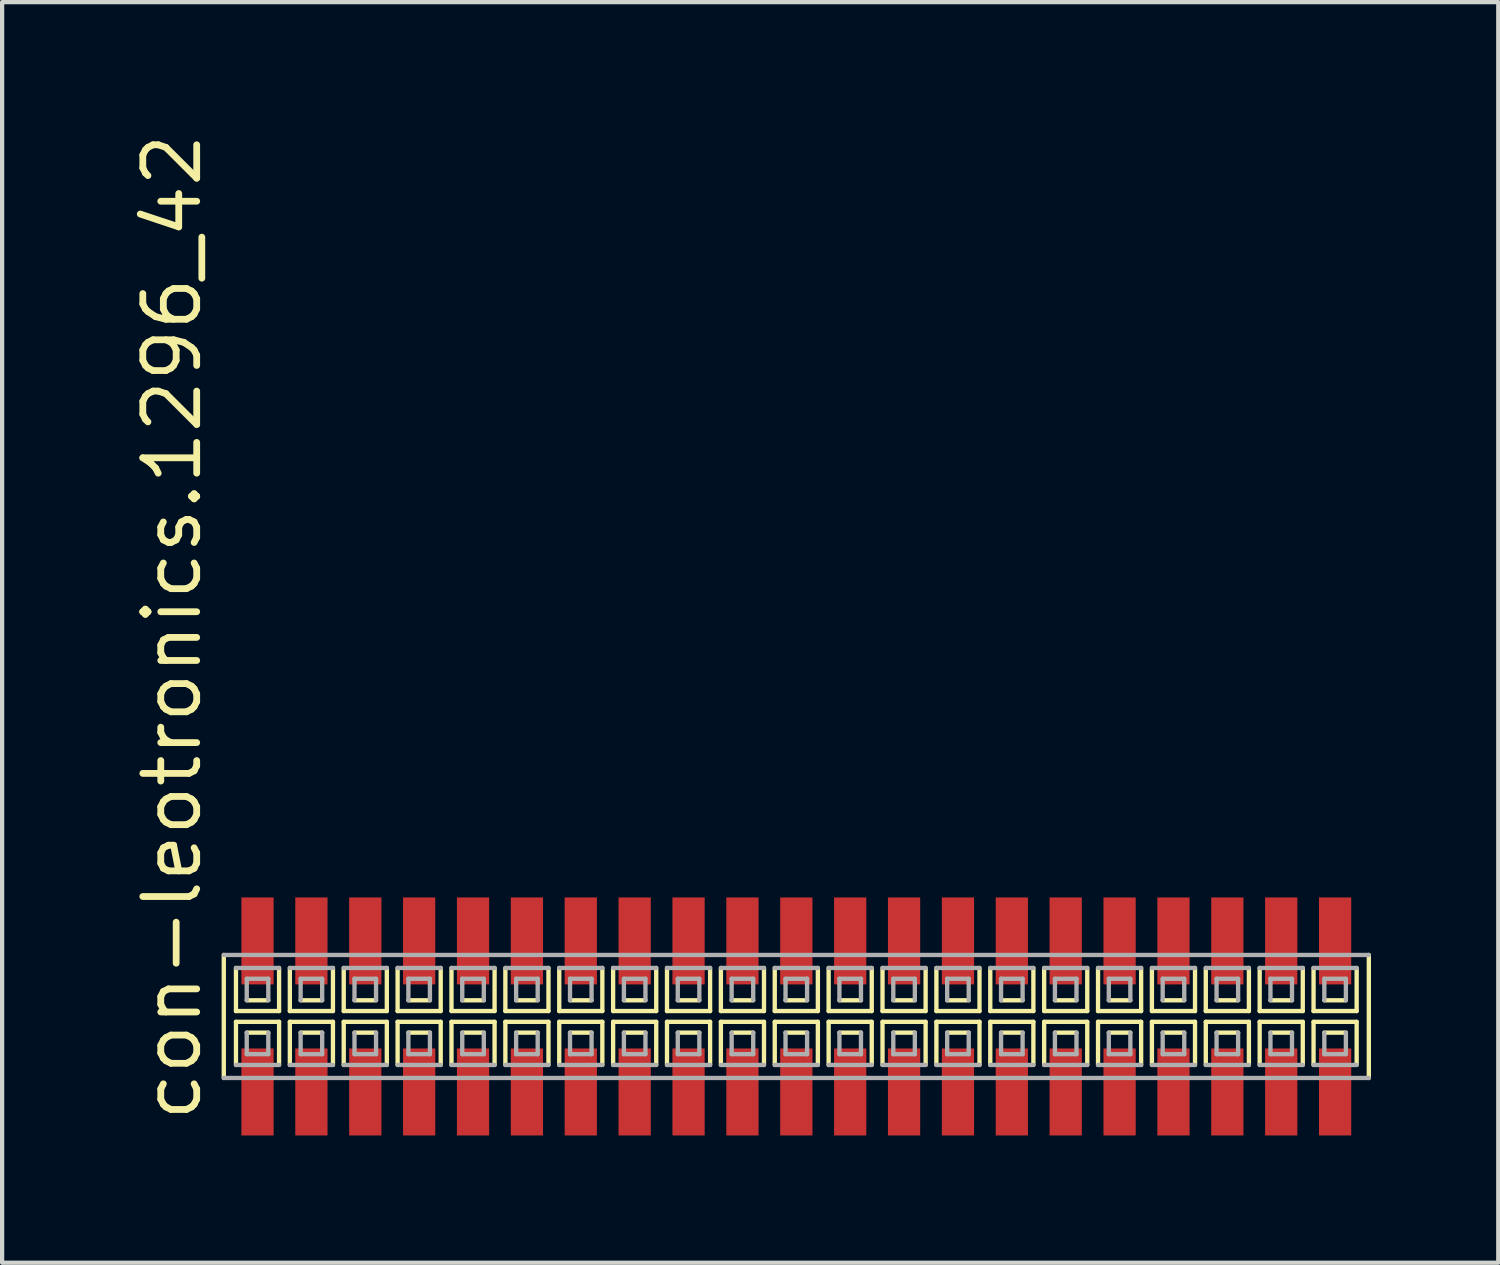
<source format=kicad_pcb>
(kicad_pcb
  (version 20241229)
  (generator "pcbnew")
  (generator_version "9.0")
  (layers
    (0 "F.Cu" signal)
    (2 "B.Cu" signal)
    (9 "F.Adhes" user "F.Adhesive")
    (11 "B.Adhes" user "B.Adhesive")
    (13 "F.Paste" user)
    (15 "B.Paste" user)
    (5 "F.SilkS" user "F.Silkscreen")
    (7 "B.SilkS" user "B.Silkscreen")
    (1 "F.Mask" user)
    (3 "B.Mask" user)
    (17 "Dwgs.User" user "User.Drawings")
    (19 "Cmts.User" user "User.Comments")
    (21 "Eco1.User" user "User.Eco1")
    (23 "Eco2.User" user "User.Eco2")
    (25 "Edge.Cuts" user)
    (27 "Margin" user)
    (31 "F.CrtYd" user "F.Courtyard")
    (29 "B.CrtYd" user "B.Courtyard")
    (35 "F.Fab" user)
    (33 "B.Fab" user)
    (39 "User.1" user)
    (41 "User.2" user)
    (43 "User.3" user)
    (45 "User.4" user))
  (footprint "con-leotronics.1296_42"
    (layer "F.Cu")
    (at 15.72 20.909)
    (property "Reference" "con-leotronics.1296_42" (at -13.97 2.54 90) (layer "F.SilkS") (effects (font (size 1.27 1.27) (thickness 0.16)) (justify left bottom)))
    (attr smd)
    (fp_line (start -13.495 -1.45) (end -13.495 1.45) (stroke (width 0.102) (type default)) (layer "F.SilkS"))
    (fp_line (start -13.208 -1.143) (end -13.208 -0.127) (stroke (width 0.102) (type default)) (layer "F.SilkS"))
    (fp_line (start -13.208 -0.127) (end -12.192 -0.127) (stroke (width 0.102) (type default)) (layer "F.SilkS"))
    (fp_line (start -13.208 0.127) (end -13.208 1.143) (stroke (width 0.102) (type default)) (layer "F.SilkS"))
    (fp_line (start -12.954 -0.381) (end -12.446 -0.381) (stroke (width 0.102) (type default)) (layer "F.SilkS"))
    (fp_line (start -12.446 0.381) (end -12.954 0.381) (stroke (width 0.102) (type default)) (layer "F.SilkS"))
    (fp_line (start -12.192 -0.127) (end -12.192 -1.143) (stroke (width 0.102) (type default)) (layer "F.SilkS"))
    (fp_line (start -12.192 0.127) (end -13.208 0.127) (stroke (width 0.102) (type default)) (layer "F.SilkS"))
    (fp_line (start -12.192 1.143) (end -12.192 0.127) (stroke (width 0.102) (type default)) (layer "F.SilkS"))
    (fp_line (start -11.938 -1.143) (end -11.938 -0.127) (stroke (width 0.102) (type default)) (layer "F.SilkS"))
    (fp_line (start -11.938 -0.127) (end -10.922 -0.127) (stroke (width 0.102) (type default)) (layer "F.SilkS"))
    (fp_line (start -11.938 0.127) (end -11.938 1.143) (stroke (width 0.102) (type default)) (layer "F.SilkS"))
    (fp_line (start -11.684 -0.381) (end -11.176 -0.381) (stroke (width 0.102) (type default)) (layer "F.SilkS"))
    (fp_line (start -11.176 0.381) (end -11.684 0.381) (stroke (width 0.102) (type default)) (layer "F.SilkS"))
    (fp_line (start -10.922 -0.127) (end -10.922 -1.143) (stroke (width 0.102) (type default)) (layer "F.SilkS"))
    (fp_line (start -10.922 0.127) (end -11.938 0.127) (stroke (width 0.102) (type default)) (layer "F.SilkS"))
    (fp_line (start -10.922 1.143) (end -10.922 0.127) (stroke (width 0.102) (type default)) (layer "F.SilkS"))
    (fp_line (start -10.668 -1.143) (end -10.668 -0.127) (stroke (width 0.102) (type default)) (layer "F.SilkS"))
    (fp_line (start -10.668 -0.127) (end -9.652 -0.127) (stroke (width 0.102) (type default)) (layer "F.SilkS"))
    (fp_line (start -10.668 0.127) (end -10.668 1.143) (stroke (width 0.102) (type default)) (layer "F.SilkS"))
    (fp_line (start -10.414 -0.381) (end -9.906 -0.381) (stroke (width 0.102) (type default)) (layer "F.SilkS"))
    (fp_line (start -9.906 0.381) (end -10.414 0.381) (stroke (width 0.102) (type default)) (layer "F.SilkS"))
    (fp_line (start -9.652 -0.127) (end -9.652 -1.143) (stroke (width 0.102) (type default)) (layer "F.SilkS"))
    (fp_line (start -9.652 0.127) (end -10.668 0.127) (stroke (width 0.102) (type default)) (layer "F.SilkS"))
    (fp_line (start -9.652 1.143) (end -9.652 0.127) (stroke (width 0.102) (type default)) (layer "F.SilkS"))
    (fp_line (start -9.398 -1.143) (end -9.398 -0.127) (stroke (width 0.102) (type default)) (layer "F.SilkS"))
    (fp_line (start -9.398 -0.127) (end -8.382 -0.127) (stroke (width 0.102) (type default)) (layer "F.SilkS"))
    (fp_line (start -9.398 0.127) (end -9.398 1.143) (stroke (width 0.102) (type default)) (layer "F.SilkS"))
    (fp_line (start -9.144 -0.381) (end -8.636 -0.381) (stroke (width 0.102) (type default)) (layer "F.SilkS"))
    (fp_line (start -8.636 0.381) (end -9.144 0.381) (stroke (width 0.102) (type default)) (layer "F.SilkS"))
    (fp_line (start -8.382 -0.127) (end -8.382 -1.143) (stroke (width 0.102) (type default)) (layer "F.SilkS"))
    (fp_line (start -8.382 0.127) (end -9.398 0.127) (stroke (width 0.102) (type default)) (layer "F.SilkS"))
    (fp_line (start -8.382 1.143) (end -8.382 0.127) (stroke (width 0.102) (type default)) (layer "F.SilkS"))
    (fp_line (start -8.128 -1.143) (end -8.128 -0.127) (stroke (width 0.102) (type default)) (layer "F.SilkS"))
    (fp_line (start -8.128 -0.127) (end -7.112 -0.127) (stroke (width 0.102) (type default)) (layer "F.SilkS"))
    (fp_line (start -8.128 0.127) (end -8.128 1.143) (stroke (width 0.102) (type default)) (layer "F.SilkS"))
    (fp_line (start -7.874 -0.381) (end -7.366 -0.381) (stroke (width 0.102) (type default)) (layer "F.SilkS"))
    (fp_line (start -7.366 0.381) (end -7.874 0.381) (stroke (width 0.102) (type default)) (layer "F.SilkS"))
    (fp_line (start -7.112 -0.127) (end -7.112 -1.143) (stroke (width 0.102) (type default)) (layer "F.SilkS"))
    (fp_line (start -7.112 0.127) (end -8.128 0.127) (stroke (width 0.102) (type default)) (layer "F.SilkS"))
    (fp_line (start -7.112 1.143) (end -7.112 0.127) (stroke (width 0.102) (type default)) (layer "F.SilkS"))
    (fp_line (start -6.858 -1.143) (end -6.858 -0.127) (stroke (width 0.102) (type default)) (layer "F.SilkS"))
    (fp_line (start -6.858 -0.127) (end -5.842 -0.127) (stroke (width 0.102) (type default)) (layer "F.SilkS"))
    (fp_line (start -6.858 0.127) (end -6.858 1.143) (stroke (width 0.102) (type default)) (layer "F.SilkS"))
    (fp_line (start -6.604 -0.381) (end -6.096 -0.381) (stroke (width 0.102) (type default)) (layer "F.SilkS"))
    (fp_line (start -6.096 0.381) (end -6.604 0.381) (stroke (width 0.102) (type default)) (layer "F.SilkS"))
    (fp_line (start -5.842 -0.127) (end -5.842 -1.143) (stroke (width 0.102) (type default)) (layer "F.SilkS"))
    (fp_line (start -5.842 0.127) (end -6.858 0.127) (stroke (width 0.102) (type default)) (layer "F.SilkS"))
    (fp_line (start -5.842 1.143) (end -5.842 0.127) (stroke (width 0.102) (type default)) (layer "F.SilkS"))
    (fp_line (start -5.588 -1.143) (end -5.588 -0.127) (stroke (width 0.102) (type default)) (layer "F.SilkS"))
    (fp_line (start -5.588 -0.127) (end -4.572 -0.127) (stroke (width 0.102) (type default)) (layer "F.SilkS"))
    (fp_line (start -5.588 0.127) (end -5.588 1.143) (stroke (width 0.102) (type default)) (layer "F.SilkS"))
    (fp_line (start -5.334 -0.381) (end -4.826 -0.381) (stroke (width 0.102) (type default)) (layer "F.SilkS"))
    (fp_line (start -4.826 0.381) (end -5.334 0.381) (stroke (width 0.102) (type default)) (layer "F.SilkS"))
    (fp_line (start -4.572 -0.127) (end -4.572 -1.143) (stroke (width 0.102) (type default)) (layer "F.SilkS"))
    (fp_line (start -4.572 0.127) (end -5.588 0.127) (stroke (width 0.102) (type default)) (layer "F.SilkS"))
    (fp_line (start -4.572 1.143) (end -4.572 0.127) (stroke (width 0.102) (type default)) (layer "F.SilkS"))
    (fp_line (start -4.318 -1.143) (end -4.318 -0.127) (stroke (width 0.102) (type default)) (layer "F.SilkS"))
    (fp_line (start -4.318 -0.127) (end -3.302 -0.127) (stroke (width 0.102) (type default)) (layer "F.SilkS"))
    (fp_line (start -4.318 0.127) (end -4.318 1.143) (stroke (width 0.102) (type default)) (layer "F.SilkS"))
    (fp_line (start -4.064 -0.381) (end -3.556 -0.381) (stroke (width 0.102) (type default)) (layer "F.SilkS"))
    (fp_line (start -3.556 0.381) (end -4.064 0.381) (stroke (width 0.102) (type default)) (layer "F.SilkS"))
    (fp_line (start -3.302 -0.127) (end -3.302 -1.143) (stroke (width 0.102) (type default)) (layer "F.SilkS"))
    (fp_line (start -3.302 0.127) (end -4.318 0.127) (stroke (width 0.102) (type default)) (layer "F.SilkS"))
    (fp_line (start -3.302 1.143) (end -3.302 0.127) (stroke (width 0.102) (type default)) (layer "F.SilkS"))
    (fp_line (start -3.048 -1.143) (end -3.048 -0.127) (stroke (width 0.102) (type default)) (layer "F.SilkS"))
    (fp_line (start -3.048 -0.127) (end -2.032 -0.127) (stroke (width 0.102) (type default)) (layer "F.SilkS"))
    (fp_line (start -3.048 0.127) (end -3.048 1.143) (stroke (width 0.102) (type default)) (layer "F.SilkS"))
    (fp_line (start -2.794 -0.381) (end -2.286 -0.381) (stroke (width 0.102) (type default)) (layer "F.SilkS"))
    (fp_line (start -2.286 0.381) (end -2.794 0.381) (stroke (width 0.102) (type default)) (layer "F.SilkS"))
    (fp_line (start -2.032 -0.127) (end -2.032 -1.143) (stroke (width 0.102) (type default)) (layer "F.SilkS"))
    (fp_line (start -2.032 0.127) (end -3.048 0.127) (stroke (width 0.102) (type default)) (layer "F.SilkS"))
    (fp_line (start -2.032 1.143) (end -2.032 0.127) (stroke (width 0.102) (type default)) (layer "F.SilkS"))
    (fp_line (start -1.778 -1.143) (end -1.778 -0.127) (stroke (width 0.102) (type default)) (layer "F.SilkS"))
    (fp_line (start -1.778 -0.127) (end -0.762 -0.127) (stroke (width 0.102) (type default)) (layer "F.SilkS"))
    (fp_line (start -1.778 0.127) (end -1.778 1.143) (stroke (width 0.102) (type default)) (layer "F.SilkS"))
    (fp_line (start -1.524 -0.381) (end -1.016 -0.381) (stroke (width 0.102) (type default)) (layer "F.SilkS"))
    (fp_line (start -1.016 0.381) (end -1.524 0.381) (stroke (width 0.102) (type default)) (layer "F.SilkS"))
    (fp_line (start -0.762 -0.127) (end -0.762 -1.143) (stroke (width 0.102) (type default)) (layer "F.SilkS"))
    (fp_line (start -0.762 0.127) (end -1.778 0.127) (stroke (width 0.102) (type default)) (layer "F.SilkS"))
    (fp_line (start -0.762 1.143) (end -0.762 0.127) (stroke (width 0.102) (type default)) (layer "F.SilkS"))
    (fp_line (start -0.508 -1.143) (end -0.508 -0.127) (stroke (width 0.102) (type default)) (layer "F.SilkS"))
    (fp_line (start -0.508 -0.127) (end 0.508 -0.127) (stroke (width 0.102) (type default)) (layer "F.SilkS"))
    (fp_line (start -0.508 0.127) (end -0.508 1.143) (stroke (width 0.102) (type default)) (layer "F.SilkS"))
    (fp_line (start -0.254 -0.381) (end 0.254 -0.381) (stroke (width 0.102) (type default)) (layer "F.SilkS"))
    (fp_line (start 0.254 0.381) (end -0.254 0.381) (stroke (width 0.102) (type default)) (layer "F.SilkS"))
    (fp_line (start 0.508 -0.127) (end 0.508 -1.143) (stroke (width 0.102) (type default)) (layer "F.SilkS"))
    (fp_line (start 0.508 0.127) (end -0.508 0.127) (stroke (width 0.102) (type default)) (layer "F.SilkS"))
    (fp_line (start 0.508 1.143) (end 0.508 0.127) (stroke (width 0.102) (type default)) (layer "F.SilkS"))
    (fp_line (start 0.762 -1.143) (end 0.762 -0.127) (stroke (width 0.102) (type default)) (layer "F.SilkS"))
    (fp_line (start 0.762 -0.127) (end 1.778 -0.127) (stroke (width 0.102) (type default)) (layer "F.SilkS"))
    (fp_line (start 0.762 0.127) (end 0.762 1.143) (stroke (width 0.102) (type default)) (layer "F.SilkS"))
    (fp_line (start 1.016 -0.381) (end 1.524 -0.381) (stroke (width 0.102) (type default)) (layer "F.SilkS"))
    (fp_line (start 1.524 0.381) (end 1.016 0.381) (stroke (width 0.102) (type default)) (layer "F.SilkS"))
    (fp_line (start 1.778 -0.127) (end 1.778 -1.143) (stroke (width 0.102) (type default)) (layer "F.SilkS"))
    (fp_line (start 1.778 0.127) (end 0.762 0.127) (stroke (width 0.102) (type default)) (layer "F.SilkS"))
    (fp_line (start 1.778 1.143) (end 1.778 0.127) (stroke (width 0.102) (type default)) (layer "F.SilkS"))
    (fp_line (start 2.032 -1.143) (end 2.032 -0.127) (stroke (width 0.102) (type default)) (layer "F.SilkS"))
    (fp_line (start 2.032 -0.127) (end 3.048 -0.127) (stroke (width 0.102) (type default)) (layer "F.SilkS"))
    (fp_line (start 2.032 0.127) (end 2.032 1.143) (stroke (width 0.102) (type default)) (layer "F.SilkS"))
    (fp_line (start 2.286 -0.381) (end 2.794 -0.381) (stroke (width 0.102) (type default)) (layer "F.SilkS"))
    (fp_line (start 2.794 0.381) (end 2.286 0.381) (stroke (width 0.102) (type default)) (layer "F.SilkS"))
    (fp_line (start 3.048 -0.127) (end 3.048 -1.143) (stroke (width 0.102) (type default)) (layer "F.SilkS"))
    (fp_line (start 3.048 0.127) (end 2.032 0.127) (stroke (width 0.102) (type default)) (layer "F.SilkS"))
    (fp_line (start 3.048 1.143) (end 3.048 0.127) (stroke (width 0.102) (type default)) (layer "F.SilkS"))
    (fp_line (start 3.302 -1.143) (end 3.302 -0.127) (stroke (width 0.102) (type default)) (layer "F.SilkS"))
    (fp_line (start 3.302 -0.127) (end 4.318 -0.127) (stroke (width 0.102) (type default)) (layer "F.SilkS"))
    (fp_line (start 3.302 0.127) (end 3.302 1.143) (stroke (width 0.102) (type default)) (layer "F.SilkS"))
    (fp_line (start 3.556 -0.381) (end 4.064 -0.381) (stroke (width 0.102) (type default)) (layer "F.SilkS"))
    (fp_line (start 4.064 0.381) (end 3.556 0.381) (stroke (width 0.102) (type default)) (layer "F.SilkS"))
    (fp_line (start 4.318 -0.127) (end 4.318 -1.143) (stroke (width 0.102) (type default)) (layer "F.SilkS"))
    (fp_line (start 4.318 0.127) (end 3.302 0.127) (stroke (width 0.102) (type default)) (layer "F.SilkS"))
    (fp_line (start 4.318 1.143) (end 4.318 0.127) (stroke (width 0.102) (type default)) (layer "F.SilkS"))
    (fp_line (start 4.572 -1.143) (end 4.572 -0.127) (stroke (width 0.102) (type default)) (layer "F.SilkS"))
    (fp_line (start 4.572 -0.127) (end 5.588 -0.127) (stroke (width 0.102) (type default)) (layer "F.SilkS"))
    (fp_line (start 4.572 0.127) (end 4.572 1.143) (stroke (width 0.102) (type default)) (layer "F.SilkS"))
    (fp_line (start 4.826 -0.381) (end 5.334 -0.381) (stroke (width 0.102) (type default)) (layer "F.SilkS"))
    (fp_line (start 5.334 0.381) (end 4.826 0.381) (stroke (width 0.102) (type default)) (layer "F.SilkS"))
    (fp_line (start 5.588 -0.127) (end 5.588 -1.143) (stroke (width 0.102) (type default)) (layer "F.SilkS"))
    (fp_line (start 5.588 0.127) (end 4.572 0.127) (stroke (width 0.102) (type default)) (layer "F.SilkS"))
    (fp_line (start 5.588 1.143) (end 5.588 0.127) (stroke (width 0.102) (type default)) (layer "F.SilkS"))
    (fp_line (start 5.842 -1.143) (end 5.842 -0.127) (stroke (width 0.102) (type default)) (layer "F.SilkS"))
    (fp_line (start 5.842 -0.127) (end 6.858 -0.127) (stroke (width 0.102) (type default)) (layer "F.SilkS"))
    (fp_line (start 5.842 0.127) (end 5.842 1.143) (stroke (width 0.102) (type default)) (layer "F.SilkS"))
    (fp_line (start 6.096 -0.381) (end 6.604 -0.381) (stroke (width 0.102) (type default)) (layer "F.SilkS"))
    (fp_line (start 6.604 0.381) (end 6.096 0.381) (stroke (width 0.102) (type default)) (layer "F.SilkS"))
    (fp_line (start 6.858 -0.127) (end 6.858 -1.143) (stroke (width 0.102) (type default)) (layer "F.SilkS"))
    (fp_line (start 6.858 0.127) (end 5.842 0.127) (stroke (width 0.102) (type default)) (layer "F.SilkS"))
    (fp_line (start 6.858 1.143) (end 6.858 0.127) (stroke (width 0.102) (type default)) (layer "F.SilkS"))
    (fp_line (start 7.112 -1.143) (end 7.112 -0.127) (stroke (width 0.102) (type default)) (layer "F.SilkS"))
    (fp_line (start 7.112 -0.127) (end 8.128 -0.127) (stroke (width 0.102) (type default)) (layer "F.SilkS"))
    (fp_line (start 7.112 0.127) (end 7.112 1.143) (stroke (width 0.102) (type default)) (layer "F.SilkS"))
    (fp_line (start 7.366 -0.381) (end 7.874 -0.381) (stroke (width 0.102) (type default)) (layer "F.SilkS"))
    (fp_line (start 7.874 0.381) (end 7.366 0.381) (stroke (width 0.102) (type default)) (layer "F.SilkS"))
    (fp_line (start 8.128 -0.127) (end 8.128 -1.143) (stroke (width 0.102) (type default)) (layer "F.SilkS"))
    (fp_line (start 8.128 0.127) (end 7.112 0.127) (stroke (width 0.102) (type default)) (layer "F.SilkS"))
    (fp_line (start 8.128 1.143) (end 8.128 0.127) (stroke (width 0.102) (type default)) (layer "F.SilkS"))
    (fp_line (start 8.382 -1.143) (end 8.382 -0.127) (stroke (width 0.102) (type default)) (layer "F.SilkS"))
    (fp_line (start 8.382 -0.127) (end 9.398 -0.127) (stroke (width 0.102) (type default)) (layer "F.SilkS"))
    (fp_line (start 8.382 0.127) (end 8.382 1.143) (stroke (width 0.102) (type default)) (layer "F.SilkS"))
    (fp_line (start 8.636 -0.381) (end 9.144 -0.381) (stroke (width 0.102) (type default)) (layer "F.SilkS"))
    (fp_line (start 9.144 0.381) (end 8.636 0.381) (stroke (width 0.102) (type default)) (layer "F.SilkS"))
    (fp_line (start 9.398 -0.127) (end 9.398 -1.143) (stroke (width 0.102) (type default)) (layer "F.SilkS"))
    (fp_line (start 9.398 0.127) (end 8.382 0.127) (stroke (width 0.102) (type default)) (layer "F.SilkS"))
    (fp_line (start 9.398 1.143) (end 9.398 0.127) (stroke (width 0.102) (type default)) (layer "F.SilkS"))
    (fp_line (start 9.652 -1.143) (end 9.652 -0.127) (stroke (width 0.102) (type default)) (layer "F.SilkS"))
    (fp_line (start 9.652 -0.127) (end 10.668 -0.127) (stroke (width 0.102) (type default)) (layer "F.SilkS"))
    (fp_line (start 9.652 0.127) (end 9.652 1.143) (stroke (width 0.102) (type default)) (layer "F.SilkS"))
    (fp_line (start 9.906 -0.381) (end 10.414 -0.381) (stroke (width 0.102) (type default)) (layer "F.SilkS"))
    (fp_line (start 10.414 0.381) (end 9.906 0.381) (stroke (width 0.102) (type default)) (layer "F.SilkS"))
    (fp_line (start 10.668 -0.127) (end 10.668 -1.143) (stroke (width 0.102) (type default)) (layer "F.SilkS"))
    (fp_line (start 10.668 0.127) (end 9.652 0.127) (stroke (width 0.102) (type default)) (layer "F.SilkS"))
    (fp_line (start 10.668 1.143) (end 10.668 0.127) (stroke (width 0.102) (type default)) (layer "F.SilkS"))
    (fp_line (start 10.922 -1.143) (end 10.922 -0.127) (stroke (width 0.102) (type default)) (layer "F.SilkS"))
    (fp_line (start 10.922 -0.127) (end 11.938 -0.127) (stroke (width 0.102) (type default)) (layer "F.SilkS"))
    (fp_line (start 10.922 0.127) (end 10.922 1.143) (stroke (width 0.102) (type default)) (layer "F.SilkS"))
    (fp_line (start 11.176 -0.381) (end 11.684 -0.381) (stroke (width 0.102) (type default)) (layer "F.SilkS"))
    (fp_line (start 11.684 0.381) (end 11.176 0.381) (stroke (width 0.102) (type default)) (layer "F.SilkS"))
    (fp_line (start 11.938 -0.127) (end 11.938 -1.143) (stroke (width 0.102) (type default)) (layer "F.SilkS"))
    (fp_line (start 11.938 0.127) (end 10.922 0.127) (stroke (width 0.102) (type default)) (layer "F.SilkS"))
    (fp_line (start 11.938 1.143) (end 11.938 0.127) (stroke (width 0.102) (type default)) (layer "F.SilkS"))
    (fp_line (start 12.192 -1.143) (end 12.192 -0.127) (stroke (width 0.102) (type default)) (layer "F.SilkS"))
    (fp_line (start 12.192 -0.127) (end 13.208 -0.127) (stroke (width 0.102) (type default)) (layer "F.SilkS"))
    (fp_line (start 12.192 0.127) (end 12.192 1.143) (stroke (width 0.102) (type default)) (layer "F.SilkS"))
    (fp_line (start 12.446 -0.381) (end 12.954 -0.381) (stroke (width 0.102) (type default)) (layer "F.SilkS"))
    (fp_line (start 12.954 0.381) (end 12.446 0.381) (stroke (width 0.102) (type default)) (layer "F.SilkS"))
    (fp_line (start 13.208 -0.127) (end 13.208 -1.143) (stroke (width 0.102) (type default)) (layer "F.SilkS"))
    (fp_line (start 13.208 0.127) (end 12.192 0.127) (stroke (width 0.102) (type default)) (layer "F.SilkS"))
    (fp_line (start 13.208 1.143) (end 13.208 0.127) (stroke (width 0.102) (type default)) (layer "F.SilkS"))
    (fp_line (start 13.495 1.45) (end 13.495 -1.45) (stroke (width 0.102) (type default)) (layer "F.SilkS"))
    (fp_line (start -13.495 1.45) (end 13.495 1.45) (stroke (width 0.102) (type default)) (layer "F.Fab"))
    (fp_line (start -13.208 1.143) (end -12.192 1.143) (stroke (width 0.102) (type default)) (layer "F.Fab"))
    (fp_line (start -12.954 -0.889) (end -12.954 -0.381) (stroke (width 0.102) (type default)) (layer "F.Fab"))
    (fp_line (start -12.954 0.381) (end -12.954 0.889) (stroke (width 0.102) (type default)) (layer "F.Fab"))
    (fp_line (start -12.954 0.889) (end -12.446 0.889) (stroke (width 0.102) (type default)) (layer "F.Fab"))
    (fp_line (start -12.446 -0.889) (end -12.954 -0.889) (stroke (width 0.102) (type default)) (layer "F.Fab"))
    (fp_line (start -12.446 -0.381) (end -12.446 -0.889) (stroke (width 0.102) (type default)) (layer "F.Fab"))
    (fp_line (start -12.446 0.889) (end -12.446 0.381) (stroke (width 0.102) (type default)) (layer "F.Fab"))
    (fp_line (start -12.192 -1.143) (end -13.208 -1.143) (stroke (width 0.102) (type default)) (layer "F.Fab"))
    (fp_line (start -11.938 1.143) (end -10.922 1.143) (stroke (width 0.102) (type default)) (layer "F.Fab"))
    (fp_line (start -11.684 -0.889) (end -11.684 -0.381) (stroke (width 0.102) (type default)) (layer "F.Fab"))
    (fp_line (start -11.684 0.381) (end -11.684 0.889) (stroke (width 0.102) (type default)) (layer "F.Fab"))
    (fp_line (start -11.684 0.889) (end -11.176 0.889) (stroke (width 0.102) (type default)) (layer "F.Fab"))
    (fp_line (start -11.176 -0.889) (end -11.684 -0.889) (stroke (width 0.102) (type default)) (layer "F.Fab"))
    (fp_line (start -11.176 -0.381) (end -11.176 -0.889) (stroke (width 0.102) (type default)) (layer "F.Fab"))
    (fp_line (start -11.176 0.889) (end -11.176 0.381) (stroke (width 0.102) (type default)) (layer "F.Fab"))
    (fp_line (start -10.922 -1.143) (end -11.938 -1.143) (stroke (width 0.102) (type default)) (layer "F.Fab"))
    (fp_line (start -10.668 1.143) (end -9.652 1.143) (stroke (width 0.102) (type default)) (layer "F.Fab"))
    (fp_line (start -10.414 -0.889) (end -10.414 -0.381) (stroke (width 0.102) (type default)) (layer "F.Fab"))
    (fp_line (start -10.414 0.381) (end -10.414 0.889) (stroke (width 0.102) (type default)) (layer "F.Fab"))
    (fp_line (start -10.414 0.889) (end -9.906 0.889) (stroke (width 0.102) (type default)) (layer "F.Fab"))
    (fp_line (start -9.906 -0.889) (end -10.414 -0.889) (stroke (width 0.102) (type default)) (layer "F.Fab"))
    (fp_line (start -9.906 -0.381) (end -9.906 -0.889) (stroke (width 0.102) (type default)) (layer "F.Fab"))
    (fp_line (start -9.906 0.889) (end -9.906 0.381) (stroke (width 0.102) (type default)) (layer "F.Fab"))
    (fp_line (start -9.652 -1.143) (end -10.668 -1.143) (stroke (width 0.102) (type default)) (layer "F.Fab"))
    (fp_line (start -9.398 1.143) (end -8.382 1.143) (stroke (width 0.102) (type default)) (layer "F.Fab"))
    (fp_line (start -9.144 -0.889) (end -9.144 -0.381) (stroke (width 0.102) (type default)) (layer "F.Fab"))
    (fp_line (start -9.144 0.381) (end -9.144 0.889) (stroke (width 0.102) (type default)) (layer "F.Fab"))
    (fp_line (start -9.144 0.889) (end -8.636 0.889) (stroke (width 0.102) (type default)) (layer "F.Fab"))
    (fp_line (start -8.636 -0.889) (end -9.144 -0.889) (stroke (width 0.102) (type default)) (layer "F.Fab"))
    (fp_line (start -8.636 -0.381) (end -8.636 -0.889) (stroke (width 0.102) (type default)) (layer "F.Fab"))
    (fp_line (start -8.636 0.889) (end -8.636 0.381) (stroke (width 0.102) (type default)) (layer "F.Fab"))
    (fp_line (start -8.382 -1.143) (end -9.398 -1.143) (stroke (width 0.102) (type default)) (layer "F.Fab"))
    (fp_line (start -8.128 1.143) (end -7.112 1.143) (stroke (width 0.102) (type default)) (layer "F.Fab"))
    (fp_line (start -7.874 -0.889) (end -7.874 -0.381) (stroke (width 0.102) (type default)) (layer "F.Fab"))
    (fp_line (start -7.874 0.381) (end -7.874 0.889) (stroke (width 0.102) (type default)) (layer "F.Fab"))
    (fp_line (start -7.874 0.889) (end -7.366 0.889) (stroke (width 0.102) (type default)) (layer "F.Fab"))
    (fp_line (start -7.366 -0.889) (end -7.874 -0.889) (stroke (width 0.102) (type default)) (layer "F.Fab"))
    (fp_line (start -7.366 -0.381) (end -7.366 -0.889) (stroke (width 0.102) (type default)) (layer "F.Fab"))
    (fp_line (start -7.366 0.889) (end -7.366 0.381) (stroke (width 0.102) (type default)) (layer "F.Fab"))
    (fp_line (start -7.112 -1.143) (end -8.128 -1.143) (stroke (width 0.102) (type default)) (layer "F.Fab"))
    (fp_line (start -6.858 1.143) (end -5.842 1.143) (stroke (width 0.102) (type default)) (layer "F.Fab"))
    (fp_line (start -6.604 -0.889) (end -6.604 -0.381) (stroke (width 0.102) (type default)) (layer "F.Fab"))
    (fp_line (start -6.604 0.381) (end -6.604 0.889) (stroke (width 0.102) (type default)) (layer "F.Fab"))
    (fp_line (start -6.604 0.889) (end -6.096 0.889) (stroke (width 0.102) (type default)) (layer "F.Fab"))
    (fp_line (start -6.096 -0.889) (end -6.604 -0.889) (stroke (width 0.102) (type default)) (layer "F.Fab"))
    (fp_line (start -6.096 -0.381) (end -6.096 -0.889) (stroke (width 0.102) (type default)) (layer "F.Fab"))
    (fp_line (start -6.096 0.889) (end -6.096 0.381) (stroke (width 0.102) (type default)) (layer "F.Fab"))
    (fp_line (start -5.842 -1.143) (end -6.858 -1.143) (stroke (width 0.102) (type default)) (layer "F.Fab"))
    (fp_line (start -5.588 1.143) (end -4.572 1.143) (stroke (width 0.102) (type default)) (layer "F.Fab"))
    (fp_line (start -5.334 -0.889) (end -5.334 -0.381) (stroke (width 0.102) (type default)) (layer "F.Fab"))
    (fp_line (start -5.334 0.381) (end -5.334 0.889) (stroke (width 0.102) (type default)) (layer "F.Fab"))
    (fp_line (start -5.334 0.889) (end -4.826 0.889) (stroke (width 0.102) (type default)) (layer "F.Fab"))
    (fp_line (start -4.826 -0.889) (end -5.334 -0.889) (stroke (width 0.102) (type default)) (layer "F.Fab"))
    (fp_line (start -4.826 -0.381) (end -4.826 -0.889) (stroke (width 0.102) (type default)) (layer "F.Fab"))
    (fp_line (start -4.826 0.889) (end -4.826 0.381) (stroke (width 0.102) (type default)) (layer "F.Fab"))
    (fp_line (start -4.572 -1.143) (end -5.588 -1.143) (stroke (width 0.102) (type default)) (layer "F.Fab"))
    (fp_line (start -4.318 1.143) (end -3.302 1.143) (stroke (width 0.102) (type default)) (layer "F.Fab"))
    (fp_line (start -4.064 -0.889) (end -4.064 -0.381) (stroke (width 0.102) (type default)) (layer "F.Fab"))
    (fp_line (start -4.064 0.381) (end -4.064 0.889) (stroke (width 0.102) (type default)) (layer "F.Fab"))
    (fp_line (start -4.064 0.889) (end -3.556 0.889) (stroke (width 0.102) (type default)) (layer "F.Fab"))
    (fp_line (start -3.556 -0.889) (end -4.064 -0.889) (stroke (width 0.102) (type default)) (layer "F.Fab"))
    (fp_line (start -3.556 -0.381) (end -3.556 -0.889) (stroke (width 0.102) (type default)) (layer "F.Fab"))
    (fp_line (start -3.556 0.889) (end -3.556 0.381) (stroke (width 0.102) (type default)) (layer "F.Fab"))
    (fp_line (start -3.302 -1.143) (end -4.318 -1.143) (stroke (width 0.102) (type default)) (layer "F.Fab"))
    (fp_line (start -3.048 1.143) (end -2.032 1.143) (stroke (width 0.102) (type default)) (layer "F.Fab"))
    (fp_line (start -2.794 -0.889) (end -2.794 -0.381) (stroke (width 0.102) (type default)) (layer "F.Fab"))
    (fp_line (start -2.794 0.381) (end -2.794 0.889) (stroke (width 0.102) (type default)) (layer "F.Fab"))
    (fp_line (start -2.794 0.889) (end -2.286 0.889) (stroke (width 0.102) (type default)) (layer "F.Fab"))
    (fp_line (start -2.286 -0.889) (end -2.794 -0.889) (stroke (width 0.102) (type default)) (layer "F.Fab"))
    (fp_line (start -2.286 -0.381) (end -2.286 -0.889) (stroke (width 0.102) (type default)) (layer "F.Fab"))
    (fp_line (start -2.286 0.889) (end -2.286 0.381) (stroke (width 0.102) (type default)) (layer "F.Fab"))
    (fp_line (start -2.032 -1.143) (end -3.048 -1.143) (stroke (width 0.102) (type default)) (layer "F.Fab"))
    (fp_line (start -1.778 1.143) (end -0.762 1.143) (stroke (width 0.102) (type default)) (layer "F.Fab"))
    (fp_line (start -1.524 -0.889) (end -1.524 -0.381) (stroke (width 0.102) (type default)) (layer "F.Fab"))
    (fp_line (start -1.524 0.381) (end -1.524 0.889) (stroke (width 0.102) (type default)) (layer "F.Fab"))
    (fp_line (start -1.524 0.889) (end -1.016 0.889) (stroke (width 0.102) (type default)) (layer "F.Fab"))
    (fp_line (start -1.016 -0.889) (end -1.524 -0.889) (stroke (width 0.102) (type default)) (layer "F.Fab"))
    (fp_line (start -1.016 -0.381) (end -1.016 -0.889) (stroke (width 0.102) (type default)) (layer "F.Fab"))
    (fp_line (start -1.016 0.889) (end -1.016 0.381) (stroke (width 0.102) (type default)) (layer "F.Fab"))
    (fp_line (start -0.762 -1.143) (end -1.778 -1.143) (stroke (width 0.102) (type default)) (layer "F.Fab"))
    (fp_line (start -0.508 1.143) (end 0.508 1.143) (stroke (width 0.102) (type default)) (layer "F.Fab"))
    (fp_line (start -0.254 -0.889) (end -0.254 -0.381) (stroke (width 0.102) (type default)) (layer "F.Fab"))
    (fp_line (start -0.254 0.381) (end -0.254 0.889) (stroke (width 0.102) (type default)) (layer "F.Fab"))
    (fp_line (start -0.254 0.889) (end 0.254 0.889) (stroke (width 0.102) (type default)) (layer "F.Fab"))
    (fp_line (start 0.254 -0.889) (end -0.254 -0.889) (stroke (width 0.102) (type default)) (layer "F.Fab"))
    (fp_line (start 0.254 -0.381) (end 0.254 -0.889) (stroke (width 0.102) (type default)) (layer "F.Fab"))
    (fp_line (start 0.254 0.889) (end 0.254 0.381) (stroke (width 0.102) (type default)) (layer "F.Fab"))
    (fp_line (start 0.508 -1.143) (end -0.508 -1.143) (stroke (width 0.102) (type default)) (layer "F.Fab"))
    (fp_line (start 0.762 1.143) (end 1.778 1.143) (stroke (width 0.102) (type default)) (layer "F.Fab"))
    (fp_line (start 1.016 -0.889) (end 1.016 -0.381) (stroke (width 0.102) (type default)) (layer "F.Fab"))
    (fp_line (start 1.016 0.381) (end 1.016 0.889) (stroke (width 0.102) (type default)) (layer "F.Fab"))
    (fp_line (start 1.016 0.889) (end 1.524 0.889) (stroke (width 0.102) (type default)) (layer "F.Fab"))
    (fp_line (start 1.524 -0.889) (end 1.016 -0.889) (stroke (width 0.102) (type default)) (layer "F.Fab"))
    (fp_line (start 1.524 -0.381) (end 1.524 -0.889) (stroke (width 0.102) (type default)) (layer "F.Fab"))
    (fp_line (start 1.524 0.889) (end 1.524 0.381) (stroke (width 0.102) (type default)) (layer "F.Fab"))
    (fp_line (start 1.778 -1.143) (end 0.762 -1.143) (stroke (width 0.102) (type default)) (layer "F.Fab"))
    (fp_line (start 2.032 1.143) (end 3.048 1.143) (stroke (width 0.102) (type default)) (layer "F.Fab"))
    (fp_line (start 2.286 -0.889) (end 2.286 -0.381) (stroke (width 0.102) (type default)) (layer "F.Fab"))
    (fp_line (start 2.286 0.381) (end 2.286 0.889) (stroke (width 0.102) (type default)) (layer "F.Fab"))
    (fp_line (start 2.286 0.889) (end 2.794 0.889) (stroke (width 0.102) (type default)) (layer "F.Fab"))
    (fp_line (start 2.794 -0.889) (end 2.286 -0.889) (stroke (width 0.102) (type default)) (layer "F.Fab"))
    (fp_line (start 2.794 -0.381) (end 2.794 -0.889) (stroke (width 0.102) (type default)) (layer "F.Fab"))
    (fp_line (start 2.794 0.889) (end 2.794 0.381) (stroke (width 0.102) (type default)) (layer "F.Fab"))
    (fp_line (start 3.048 -1.143) (end 2.032 -1.143) (stroke (width 0.102) (type default)) (layer "F.Fab"))
    (fp_line (start 3.302 1.143) (end 4.318 1.143) (stroke (width 0.102) (type default)) (layer "F.Fab"))
    (fp_line (start 3.556 -0.889) (end 3.556 -0.381) (stroke (width 0.102) (type default)) (layer "F.Fab"))
    (fp_line (start 3.556 0.381) (end 3.556 0.889) (stroke (width 0.102) (type default)) (layer "F.Fab"))
    (fp_line (start 3.556 0.889) (end 4.064 0.889) (stroke (width 0.102) (type default)) (layer "F.Fab"))
    (fp_line (start 4.064 -0.889) (end 3.556 -0.889) (stroke (width 0.102) (type default)) (layer "F.Fab"))
    (fp_line (start 4.064 -0.381) (end 4.064 -0.889) (stroke (width 0.102) (type default)) (layer "F.Fab"))
    (fp_line (start 4.064 0.889) (end 4.064 0.381) (stroke (width 0.102) (type default)) (layer "F.Fab"))
    (fp_line (start 4.318 -1.143) (end 3.302 -1.143) (stroke (width 0.102) (type default)) (layer "F.Fab"))
    (fp_line (start 4.572 1.143) (end 5.588 1.143) (stroke (width 0.102) (type default)) (layer "F.Fab"))
    (fp_line (start 4.826 -0.889) (end 4.826 -0.381) (stroke (width 0.102) (type default)) (layer "F.Fab"))
    (fp_line (start 4.826 0.381) (end 4.826 0.889) (stroke (width 0.102) (type default)) (layer "F.Fab"))
    (fp_line (start 4.826 0.889) (end 5.334 0.889) (stroke (width 0.102) (type default)) (layer "F.Fab"))
    (fp_line (start 5.334 -0.889) (end 4.826 -0.889) (stroke (width 0.102) (type default)) (layer "F.Fab"))
    (fp_line (start 5.334 -0.381) (end 5.334 -0.889) (stroke (width 0.102) (type default)) (layer "F.Fab"))
    (fp_line (start 5.334 0.889) (end 5.334 0.381) (stroke (width 0.102) (type default)) (layer "F.Fab"))
    (fp_line (start 5.588 -1.143) (end 4.572 -1.143) (stroke (width 0.102) (type default)) (layer "F.Fab"))
    (fp_line (start 5.842 1.143) (end 6.858 1.143) (stroke (width 0.102) (type default)) (layer "F.Fab"))
    (fp_line (start 6.096 -0.889) (end 6.096 -0.381) (stroke (width 0.102) (type default)) (layer "F.Fab"))
    (fp_line (start 6.096 0.381) (end 6.096 0.889) (stroke (width 0.102) (type default)) (layer "F.Fab"))
    (fp_line (start 6.096 0.889) (end 6.604 0.889) (stroke (width 0.102) (type default)) (layer "F.Fab"))
    (fp_line (start 6.604 -0.889) (end 6.096 -0.889) (stroke (width 0.102) (type default)) (layer "F.Fab"))
    (fp_line (start 6.604 -0.381) (end 6.604 -0.889) (stroke (width 0.102) (type default)) (layer "F.Fab"))
    (fp_line (start 6.604 0.889) (end 6.604 0.381) (stroke (width 0.102) (type default)) (layer "F.Fab"))
    (fp_line (start 6.858 -1.143) (end 5.842 -1.143) (stroke (width 0.102) (type default)) (layer "F.Fab"))
    (fp_line (start 7.112 1.143) (end 8.128 1.143) (stroke (width 0.102) (type default)) (layer "F.Fab"))
    (fp_line (start 7.366 -0.889) (end 7.366 -0.381) (stroke (width 0.102) (type default)) (layer "F.Fab"))
    (fp_line (start 7.366 0.381) (end 7.366 0.889) (stroke (width 0.102) (type default)) (layer "F.Fab"))
    (fp_line (start 7.366 0.889) (end 7.874 0.889) (stroke (width 0.102) (type default)) (layer "F.Fab"))
    (fp_line (start 7.874 -0.889) (end 7.366 -0.889) (stroke (width 0.102) (type default)) (layer "F.Fab"))
    (fp_line (start 7.874 -0.381) (end 7.874 -0.889) (stroke (width 0.102) (type default)) (layer "F.Fab"))
    (fp_line (start 7.874 0.889) (end 7.874 0.381) (stroke (width 0.102) (type default)) (layer "F.Fab"))
    (fp_line (start 8.128 -1.143) (end 7.112 -1.143) (stroke (width 0.102) (type default)) (layer "F.Fab"))
    (fp_line (start 8.382 1.143) (end 9.398 1.143) (stroke (width 0.102) (type default)) (layer "F.Fab"))
    (fp_line (start 8.636 -0.889) (end 8.636 -0.381) (stroke (width 0.102) (type default)) (layer "F.Fab"))
    (fp_line (start 8.636 0.381) (end 8.636 0.889) (stroke (width 0.102) (type default)) (layer "F.Fab"))
    (fp_line (start 8.636 0.889) (end 9.144 0.889) (stroke (width 0.102) (type default)) (layer "F.Fab"))
    (fp_line (start 9.144 -0.889) (end 8.636 -0.889) (stroke (width 0.102) (type default)) (layer "F.Fab"))
    (fp_line (start 9.144 -0.381) (end 9.144 -0.889) (stroke (width 0.102) (type default)) (layer "F.Fab"))
    (fp_line (start 9.144 0.889) (end 9.144 0.381) (stroke (width 0.102) (type default)) (layer "F.Fab"))
    (fp_line (start 9.398 -1.143) (end 8.382 -1.143) (stroke (width 0.102) (type default)) (layer "F.Fab"))
    (fp_line (start 9.652 1.143) (end 10.668 1.143) (stroke (width 0.102) (type default)) (layer "F.Fab"))
    (fp_line (start 9.906 -0.889) (end 9.906 -0.381) (stroke (width 0.102) (type default)) (layer "F.Fab"))
    (fp_line (start 9.906 0.381) (end 9.906 0.889) (stroke (width 0.102) (type default)) (layer "F.Fab"))
    (fp_line (start 9.906 0.889) (end 10.414 0.889) (stroke (width 0.102) (type default)) (layer "F.Fab"))
    (fp_line (start 10.414 -0.889) (end 9.906 -0.889) (stroke (width 0.102) (type default)) (layer "F.Fab"))
    (fp_line (start 10.414 -0.381) (end 10.414 -0.889) (stroke (width 0.102) (type default)) (layer "F.Fab"))
    (fp_line (start 10.414 0.889) (end 10.414 0.381) (stroke (width 0.102) (type default)) (layer "F.Fab"))
    (fp_line (start 10.668 -1.143) (end 9.652 -1.143) (stroke (width 0.102) (type default)) (layer "F.Fab"))
    (fp_line (start 10.922 1.143) (end 11.938 1.143) (stroke (width 0.102) (type default)) (layer "F.Fab"))
    (fp_line (start 11.176 -0.889) (end 11.176 -0.381) (stroke (width 0.102) (type default)) (layer "F.Fab"))
    (fp_line (start 11.176 0.381) (end 11.176 0.889) (stroke (width 0.102) (type default)) (layer "F.Fab"))
    (fp_line (start 11.176 0.889) (end 11.684 0.889) (stroke (width 0.102) (type default)) (layer "F.Fab"))
    (fp_line (start 11.684 -0.889) (end 11.176 -0.889) (stroke (width 0.102) (type default)) (layer "F.Fab"))
    (fp_line (start 11.684 -0.381) (end 11.684 -0.889) (stroke (width 0.102) (type default)) (layer "F.Fab"))
    (fp_line (start 11.684 0.889) (end 11.684 0.381) (stroke (width 0.102) (type default)) (layer "F.Fab"))
    (fp_line (start 11.938 -1.143) (end 10.922 -1.143) (stroke (width 0.102) (type default)) (layer "F.Fab"))
    (fp_line (start 12.192 1.143) (end 13.208 1.143) (stroke (width 0.102) (type default)) (layer "F.Fab"))
    (fp_line (start 12.446 -0.889) (end 12.446 -0.381) (stroke (width 0.102) (type default)) (layer "F.Fab"))
    (fp_line (start 12.446 0.381) (end 12.446 0.889) (stroke (width 0.102) (type default)) (layer "F.Fab"))
    (fp_line (start 12.446 0.889) (end 12.954 0.889) (stroke (width 0.102) (type default)) (layer "F.Fab"))
    (fp_line (start 12.954 -0.889) (end 12.446 -0.889) (stroke (width 0.102) (type default)) (layer "F.Fab"))
    (fp_line (start 12.954 -0.381) (end 12.954 -0.889) (stroke (width 0.102) (type default)) (layer "F.Fab"))
    (fp_line (start 12.954 0.889) (end 12.954 0.381) (stroke (width 0.102) (type default)) (layer "F.Fab"))
    (fp_line (start 13.208 -1.143) (end 12.192 -1.143) (stroke (width 0.102) (type default)) (layer "F.Fab"))
    (fp_line (start 13.495 -1.45) (end -13.495 -1.45) (stroke (width 0.102) (type default)) (layer "F.Fab"))
    (pad "1" smd roundrect (at -12.7 1.78) (size 0.76 2.05) (layers "F.Cu" "F.Mask" "F.Paste") (roundrect_rratio 0.01))
    (pad "2" smd roundrect (at -12.7 -1.78) (size 0.76 2.05) (layers "F.Cu" "F.Mask" "F.Paste") (roundrect_rratio 0.01))
    (pad "3" smd roundrect (at -11.43 1.78) (size 0.76 2.05) (layers "F.Cu" "F.Mask" "F.Paste") (roundrect_rratio 0.01))
    (pad "4" smd roundrect (at -11.43 -1.78) (size 0.76 2.05) (layers "F.Cu" "F.Mask" "F.Paste") (roundrect_rratio 0.01))
    (pad "5" smd roundrect (at -10.16 1.78) (size 0.76 2.05) (layers "F.Cu" "F.Mask" "F.Paste") (roundrect_rratio 0.01))
    (pad "6" smd roundrect (at -10.16 -1.78) (size 0.76 2.05) (layers "F.Cu" "F.Mask" "F.Paste") (roundrect_rratio 0.01))
    (pad "7" smd roundrect (at -8.89 1.78) (size 0.76 2.05) (layers "F.Cu" "F.Mask" "F.Paste") (roundrect_rratio 0.01))
    (pad "8" smd roundrect (at -8.89 -1.78) (size 0.76 2.05) (layers "F.Cu" "F.Mask" "F.Paste") (roundrect_rratio 0.01))
    (pad "9" smd roundrect (at -7.62 1.78) (size 0.76 2.05) (layers "F.Cu" "F.Mask" "F.Paste") (roundrect_rratio 0.01))
    (pad "10" smd roundrect (at -7.62 -1.78) (size 0.76 2.05) (layers "F.Cu" "F.Mask" "F.Paste") (roundrect_rratio 0.01))
    (pad "11" smd roundrect (at -6.35 1.78) (size 0.76 2.05) (layers "F.Cu" "F.Mask" "F.Paste") (roundrect_rratio 0.01))
    (pad "12" smd roundrect (at -6.35 -1.78) (size 0.76 2.05) (layers "F.Cu" "F.Mask" "F.Paste") (roundrect_rratio 0.01))
    (pad "13" smd roundrect (at -5.08 1.78) (size 0.76 2.05) (layers "F.Cu" "F.Mask" "F.Paste") (roundrect_rratio 0.01))
    (pad "14" smd roundrect (at -5.08 -1.78) (size 0.76 2.05) (layers "F.Cu" "F.Mask" "F.Paste") (roundrect_rratio 0.01))
    (pad "15" smd roundrect (at -3.81 1.78) (size 0.76 2.05) (layers "F.Cu" "F.Mask" "F.Paste") (roundrect_rratio 0.01))
    (pad "16" smd roundrect (at -3.81 -1.78) (size 0.76 2.05) (layers "F.Cu" "F.Mask" "F.Paste") (roundrect_rratio 0.01))
    (pad "17" smd roundrect (at -2.54 1.78) (size 0.76 2.05) (layers "F.Cu" "F.Mask" "F.Paste") (roundrect_rratio 0.01))
    (pad "18" smd roundrect (at -2.54 -1.78) (size 0.76 2.05) (layers "F.Cu" "F.Mask" "F.Paste") (roundrect_rratio 0.01))
    (pad "19" smd roundrect (at -1.27 1.78) (size 0.76 2.05) (layers "F.Cu" "F.Mask" "F.Paste") (roundrect_rratio 0.01))
    (pad "20" smd roundrect (at -1.27 -1.78) (size 0.76 2.05) (layers "F.Cu" "F.Mask" "F.Paste") (roundrect_rratio 0.01))
    (pad "21" smd roundrect (at 0 1.78) (size 0.76 2.05) (layers "F.Cu" "F.Mask" "F.Paste") (roundrect_rratio 0.01))
    (pad "22" smd roundrect (at 0 -1.78) (size 0.76 2.05) (layers "F.Cu" "F.Mask" "F.Paste") (roundrect_rratio 0.01))
    (pad "23" smd roundrect (at 1.27 1.78) (size 0.76 2.05) (layers "F.Cu" "F.Mask" "F.Paste") (roundrect_rratio 0.01))
    (pad "24" smd roundrect (at 1.27 -1.78) (size 0.76 2.05) (layers "F.Cu" "F.Mask" "F.Paste") (roundrect_rratio 0.01))
    (pad "25" smd roundrect (at 2.54 1.78) (size 0.76 2.05) (layers "F.Cu" "F.Mask" "F.Paste") (roundrect_rratio 0.01))
    (pad "26" smd roundrect (at 2.54 -1.78) (size 0.76 2.05) (layers "F.Cu" "F.Mask" "F.Paste") (roundrect_rratio 0.01))
    (pad "27" smd roundrect (at 3.81 1.78) (size 0.76 2.05) (layers "F.Cu" "F.Mask" "F.Paste") (roundrect_rratio 0.01))
    (pad "28" smd roundrect (at 3.81 -1.78) (size 0.76 2.05) (layers "F.Cu" "F.Mask" "F.Paste") (roundrect_rratio 0.01))
    (pad "29" smd roundrect (at 5.08 1.78) (size 0.76 2.05) (layers "F.Cu" "F.Mask" "F.Paste") (roundrect_rratio 0.01))
    (pad "30" smd roundrect (at 5.08 -1.78) (size 0.76 2.05) (layers "F.Cu" "F.Mask" "F.Paste") (roundrect_rratio 0.01))
    (pad "31" smd roundrect (at 6.35 1.78) (size 0.76 2.05) (layers "F.Cu" "F.Mask" "F.Paste") (roundrect_rratio 0.01))
    (pad "32" smd roundrect (at 6.35 -1.78) (size 0.76 2.05) (layers "F.Cu" "F.Mask" "F.Paste") (roundrect_rratio 0.01))
    (pad "33" smd roundrect (at 7.62 1.78) (size 0.76 2.05) (layers "F.Cu" "F.Mask" "F.Paste") (roundrect_rratio 0.01))
    (pad "34" smd roundrect (at 7.62 -1.78) (size 0.76 2.05) (layers "F.Cu" "F.Mask" "F.Paste") (roundrect_rratio 0.01))
    (pad "35" smd roundrect (at 8.89 1.78) (size 0.76 2.05) (layers "F.Cu" "F.Mask" "F.Paste") (roundrect_rratio 0.01))
    (pad "36" smd roundrect (at 8.89 -1.78) (size 0.76 2.05) (layers "F.Cu" "F.Mask" "F.Paste") (roundrect_rratio 0.01))
    (pad "37" smd roundrect (at 10.16 1.78) (size 0.76 2.05) (layers "F.Cu" "F.Mask" "F.Paste") (roundrect_rratio 0.01))
    (pad "38" smd roundrect (at 10.16 -1.78) (size 0.76 2.05) (layers "F.Cu" "F.Mask" "F.Paste") (roundrect_rratio 0.01))
    (pad "39" smd roundrect (at 11.43 1.78) (size 0.76 2.05) (layers "F.Cu" "F.Mask" "F.Paste") (roundrect_rratio 0.01))
    (pad "40" smd roundrect (at 11.43 -1.78) (size 0.76 2.05) (layers "F.Cu" "F.Mask" "F.Paste") (roundrect_rratio 0.01))
    (pad "41" smd roundrect (at 12.7 1.78) (size 0.76 2.05) (layers "F.Cu" "F.Mask" "F.Paste") (roundrect_rratio 0.01))
    (pad "42" smd roundrect (at 12.7 -1.78) (size 0.76 2.05) (layers "F.Cu" "F.Mask" "F.Paste") (roundrect_rratio 0.01)))
  (gr_rect
    (start -3 -3)
    (end 32.266 26.714)
    (stroke (width 0.1) (type default))
    (fill no)
    (layer "Edge.Cuts")))
</source>
